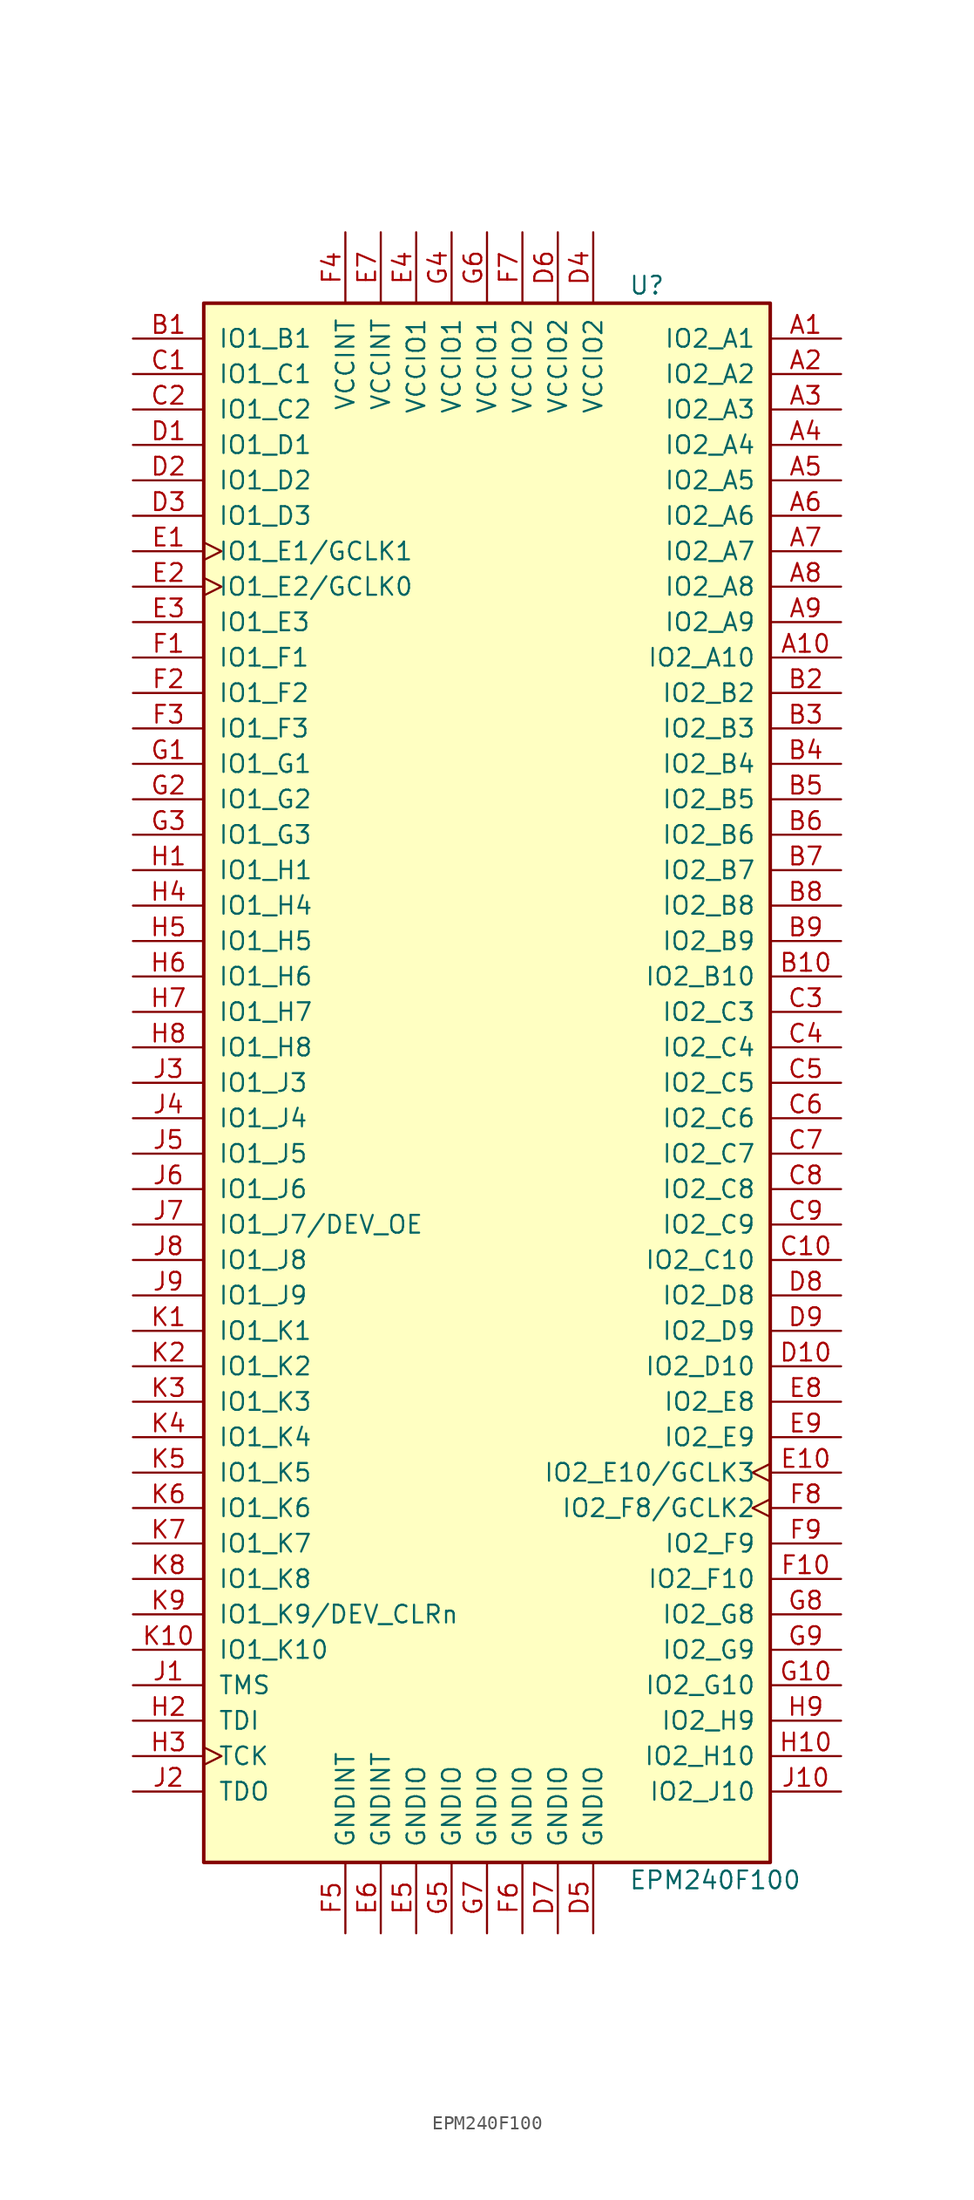
<source format=kicad_sym>
(kicad_symbol_lib
  (version 20201005)
  (generator kicad_symbol_editor)
  (symbol "EPM240F100"
    (pin_names
      (offset 1.016))
    (property "Reference" "U"
      (at 10.16 57.15 0)
      (effects (font (size 1.27 1.27)) (justify left)))
    (property "Value" "EPM240F100"
      (at 10.16 -57.15 0)
      (effects (font (size 1.27 1.27)) (justify left)))
    (property "ki_locked" ""
      (at 0 0 0)
      (effects (font (size 1.27 1.27))))
    (symbol "EPM240F100_1_1"
      (rectangle (start -20.32 55.88) (end 20.32 -55.88) (stroke (width 0.254)) (fill (type background)))
      (pin bidirectional line (at 25.4 53.34 180) (length 5.08) (name "IO2_A1" (effects (font (size 1.27 1.27)))) (number "A1" (effects (font (size 1.27 1.27)))))
      (pin bidirectional line (at 25.4 50.8 180) (length 5.08) (name "IO2_A2" (effects (font (size 1.27 1.27)))) (number "A2" (effects (font (size 1.27 1.27)))))
      (pin bidirectional line (at 25.4 48.26 180) (length 5.08) (name "IO2_A3" (effects (font (size 1.27 1.27)))) (number "A3" (effects (font (size 1.27 1.27)))))
      (pin bidirectional line (at 25.4 45.72 180) (length 5.08) (name "IO2_A4" (effects (font (size 1.27 1.27)))) (number "A4" (effects (font (size 1.27 1.27)))))
      (pin bidirectional line (at 25.4 43.18 180) (length 5.08) (name "IO2_A5" (effects (font (size 1.27 1.27)))) (number "A5" (effects (font (size 1.27 1.27)))))
      (pin bidirectional line (at 25.4 40.64 180) (length 5.08) (name "IO2_A6" (effects (font (size 1.27 1.27)))) (number "A6" (effects (font (size 1.27 1.27)))))
      (pin bidirectional line (at 25.4 38.1 180) (length 5.08) (name "IO2_A7" (effects (font (size 1.27 1.27)))) (number "A7" (effects (font (size 1.27 1.27)))))
      (pin bidirectional line (at 25.4 35.56 180) (length 5.08) (name "IO2_A8" (effects (font (size 1.27 1.27)))) (number "A8" (effects (font (size 1.27 1.27)))))
      (pin bidirectional line (at 25.4 33.02 180) (length 5.08) (name "IO2_A9" (effects (font (size 1.27 1.27)))) (number "A9" (effects (font (size 1.27 1.27)))))
      (pin bidirectional line (at 25.4 30.48 180) (length 5.08) (name "IO2_A10" (effects (font (size 1.27 1.27)))) (number "A10" (effects (font (size 1.27 1.27)))))
      (pin bidirectional line (at -25.4 53.34 0) (length 5.08) (name "IO1_B1" (effects (font (size 1.27 1.27)))) (number "B1" (effects (font (size 1.27 1.27)))))
      (pin bidirectional line (at 25.4 27.94 180) (length 5.08) (name "IO2_B2" (effects (font (size 1.27 1.27)))) (number "B2" (effects (font (size 1.27 1.27)))))
      (pin bidirectional line (at 25.4 25.4 180) (length 5.08) (name "IO2_B3" (effects (font (size 1.27 1.27)))) (number "B3" (effects (font (size 1.27 1.27)))))
      (pin bidirectional line (at 25.4 22.86 180) (length 5.08) (name "IO2_B4" (effects (font (size 1.27 1.27)))) (number "B4" (effects (font (size 1.27 1.27)))))
      (pin bidirectional line (at 25.4 20.32 180) (length 5.08) (name "IO2_B5" (effects (font (size 1.27 1.27)))) (number "B5" (effects (font (size 1.27 1.27)))))
      (pin bidirectional line (at 25.4 17.78 180) (length 5.08) (name "IO2_B6" (effects (font (size 1.27 1.27)))) (number "B6" (effects (font (size 1.27 1.27)))))
      (pin bidirectional line (at 25.4 15.24 180) (length 5.08) (name "IO2_B7" (effects (font (size 1.27 1.27)))) (number "B7" (effects (font (size 1.27 1.27)))))
      (pin bidirectional line (at 25.4 12.7 180) (length 5.08) (name "IO2_B8" (effects (font (size 1.27 1.27)))) (number "B8" (effects (font (size 1.27 1.27)))))
      (pin bidirectional line (at 25.4 10.16 180) (length 5.08) (name "IO2_B9" (effects (font (size 1.27 1.27)))) (number "B9" (effects (font (size 1.27 1.27)))))
      (pin bidirectional line (at 25.4 7.62 180) (length 5.08) (name "IO2_B10" (effects (font (size 1.27 1.27)))) (number "B10" (effects (font (size 1.27 1.27)))))
      (pin bidirectional line (at -25.4 50.8 0) (length 5.08) (name "IO1_C1" (effects (font (size 1.27 1.27)))) (number "C1" (effects (font (size 1.27 1.27)))))
      (pin bidirectional line (at -25.4 48.26 0) (length 5.08) (name "IO1_C2" (effects (font (size 1.27 1.27)))) (number "C2" (effects (font (size 1.27 1.27)))))
      (pin bidirectional line (at 25.4 5.08 180) (length 5.08) (name "IO2_C3" (effects (font (size 1.27 1.27)))) (number "C3" (effects (font (size 1.27 1.27)))))
      (pin bidirectional line (at 25.4 2.54 180) (length 5.08) (name "IO2_C4" (effects (font (size 1.27 1.27)))) (number "C4" (effects (font (size 1.27 1.27)))))
      (pin bidirectional line (at 25.4 0 180) (length 5.08) (name "IO2_C5" (effects (font (size 1.27 1.27)))) (number "C5" (effects (font (size 1.27 1.27)))))
      (pin bidirectional line (at 25.4 -2.54 180) (length 5.08) (name "IO2_C6" (effects (font (size 1.27 1.27)))) (number "C6" (effects (font (size 1.27 1.27)))))
      (pin bidirectional line (at 25.4 -5.08 180) (length 5.08) (name "IO2_C7" (effects (font (size 1.27 1.27)))) (number "C7" (effects (font (size 1.27 1.27)))))
      (pin bidirectional line (at 25.4 -7.62 180) (length 5.08) (name "IO2_C8" (effects (font (size 1.27 1.27)))) (number "C8" (effects (font (size 1.27 1.27)))))
      (pin bidirectional line (at 25.4 -10.16 180) (length 5.08) (name "IO2_C9" (effects (font (size 1.27 1.27)))) (number "C9" (effects (font (size 1.27 1.27)))))
      (pin bidirectional line (at 25.4 -12.7 180) (length 5.08) (name "IO2_C10" (effects (font (size 1.27 1.27)))) (number "C10" (effects (font (size 1.27 1.27)))))
      (pin bidirectional line (at -25.4 45.72 0) (length 5.08) (name "IO1_D1" (effects (font (size 1.27 1.27)))) (number "D1" (effects (font (size 1.27 1.27)))))
      (pin bidirectional line (at -25.4 43.18 0) (length 5.08) (name "IO1_D2" (effects (font (size 1.27 1.27)))) (number "D2" (effects (font (size 1.27 1.27)))))
      (pin bidirectional line (at -25.4 40.64 0) (length 5.08) (name "IO1_D3" (effects (font (size 1.27 1.27)))) (number "D3" (effects (font (size 1.27 1.27)))))
      (pin bidirectional line (at 25.4 -15.24 180) (length 5.08) (name "IO2_D8" (effects (font (size 1.27 1.27)))) (number "D8" (effects (font (size 1.27 1.27)))))
      (pin bidirectional line (at 25.4 -17.78 180) (length 5.08) (name "IO2_D9" (effects (font (size 1.27 1.27)))) (number "D9" (effects (font (size 1.27 1.27)))))
      (pin bidirectional line (at 25.4 -20.32 180) (length 5.08) (name "IO2_D10" (effects (font (size 1.27 1.27)))) (number "D10" (effects (font (size 1.27 1.27)))))
      (pin bidirectional clock (at -25.4 38.1 0) (length 5.08) (name "IO1_E1/GCLK1" (effects (font (size 1.27 1.27)))) (number "E1" (effects (font (size 1.27 1.27)))))
      (pin bidirectional clock (at -25.4 35.56 0) (length 5.08) (name "IO1_E2/GCLK0" (effects (font (size 1.27 1.27)))) (number "E2" (effects (font (size 1.27 1.27)))))
      (pin bidirectional line (at -25.4 33.02 0) (length 5.08) (name "IO1_E3" (effects (font (size 1.27 1.27)))) (number "E3" (effects (font (size 1.27 1.27)))))
      (pin bidirectional line (at 25.4 -22.86 180) (length 5.08) (name "IO2_E8" (effects (font (size 1.27 1.27)))) (number "E8" (effects (font (size 1.27 1.27)))))
      (pin bidirectional line (at 25.4 -25.4 180) (length 5.08) (name "IO2_E9" (effects (font (size 1.27 1.27)))) (number "E9" (effects (font (size 1.27 1.27)))))
      (pin bidirectional clock (at 25.4 -27.94 180) (length 5.08) (name "IO2_E10/GCLK3" (effects (font (size 1.27 1.27)))) (number "E10" (effects (font (size 1.27 1.27)))))
      (pin bidirectional line (at -25.4 30.48 0) (length 5.08) (name "IO1_F1" (effects (font (size 1.27 1.27)))) (number "F1" (effects (font (size 1.27 1.27)))))
      (pin bidirectional line (at -25.4 27.94 0) (length 5.08) (name "IO1_F2" (effects (font (size 1.27 1.27)))) (number "F2" (effects (font (size 1.27 1.27)))))
      (pin bidirectional line (at -25.4 25.4 0) (length 5.08) (name "IO1_F3" (effects (font (size 1.27 1.27)))) (number "F3" (effects (font (size 1.27 1.27)))))
      (pin bidirectional clock (at 25.4 -30.48 180) (length 5.08) (name "IO2_F8/GCLK2" (effects (font (size 1.27 1.27)))) (number "F8" (effects (font (size 1.27 1.27)))))
      (pin bidirectional line (at 25.4 -33.02 180) (length 5.08) (name "IO2_F9" (effects (font (size 1.27 1.27)))) (number "F9" (effects (font (size 1.27 1.27)))))
      (pin bidirectional line (at 25.4 -35.56 180) (length 5.08) (name "IO2_F10" (effects (font (size 1.27 1.27)))) (number "F10" (effects (font (size 1.27 1.27)))))
      (pin bidirectional line (at -25.4 22.86 0) (length 5.08) (name "IO1_G1" (effects (font (size 1.27 1.27)))) (number "G1" (effects (font (size 1.27 1.27)))))
      (pin bidirectional line (at -25.4 20.32 0) (length 5.08) (name "IO1_G2" (effects (font (size 1.27 1.27)))) (number "G2" (effects (font (size 1.27 1.27)))))
      (pin bidirectional line (at -25.4 17.78 0) (length 5.08) (name "IO1_G3" (effects (font (size 1.27 1.27)))) (number "G3" (effects (font (size 1.27 1.27)))))
      (pin bidirectional line (at 25.4 -38.1 180) (length 5.08) (name "IO2_G8" (effects (font (size 1.27 1.27)))) (number "G8" (effects (font (size 1.27 1.27)))))
      (pin bidirectional line (at 25.4 -40.64 180) (length 5.08) (name "IO2_G9" (effects (font (size 1.27 1.27)))) (number "G9" (effects (font (size 1.27 1.27)))))
      (pin bidirectional line (at 25.4 -43.18 180) (length 5.08) (name "IO2_G10" (effects (font (size 1.27 1.27)))) (number "G10" (effects (font (size 1.27 1.27)))))
      (pin bidirectional line (at -25.4 15.24 0) (length 5.08) (name "IO1_H1" (effects (font (size 1.27 1.27)))) (number "H1" (effects (font (size 1.27 1.27)))))
      (pin bidirectional line (at -25.4 12.7 0) (length 5.08) (name "IO1_H4" (effects (font (size 1.27 1.27)))) (number "H4" (effects (font (size 1.27 1.27)))))
      (pin bidirectional line (at -25.4 10.16 0) (length 5.08) (name "IO1_H5" (effects (font (size 1.27 1.27)))) (number "H5" (effects (font (size 1.27 1.27)))))
      (pin bidirectional line (at -25.4 7.62 0) (length 5.08) (name "IO1_H6" (effects (font (size 1.27 1.27)))) (number "H6" (effects (font (size 1.27 1.27)))))
      (pin bidirectional line (at -25.4 5.08 0) (length 5.08) (name "IO1_H7" (effects (font (size 1.27 1.27)))) (number "H7" (effects (font (size 1.27 1.27)))))
      (pin bidirectional line (at -25.4 2.54 0) (length 5.08) (name "IO1_H8" (effects (font (size 1.27 1.27)))) (number "H8" (effects (font (size 1.27 1.27)))))
      (pin bidirectional line (at 25.4 -45.72 180) (length 5.08) (name "IO2_H9" (effects (font (size 1.27 1.27)))) (number "H9" (effects (font (size 1.27 1.27)))))
      (pin bidirectional line (at 25.4 -48.26 180) (length 5.08) (name "IO2_H10" (effects (font (size 1.27 1.27)))) (number "H10" (effects (font (size 1.27 1.27)))))
      (pin bidirectional line (at -25.4 0 0) (length 5.08) (name "IO1_J3" (effects (font (size 1.27 1.27)))) (number "J3" (effects (font (size 1.27 1.27)))))
      (pin bidirectional line (at -25.4 -2.54 0) (length 5.08) (name "IO1_J4" (effects (font (size 1.27 1.27)))) (number "J4" (effects (font (size 1.27 1.27)))))
      (pin bidirectional line (at -25.4 -5.08 0) (length 5.08) (name "IO1_J5" (effects (font (size 1.27 1.27)))) (number "J5" (effects (font (size 1.27 1.27)))))
      (pin bidirectional line (at -25.4 -7.62 0) (length 5.08) (name "IO1_J6" (effects (font (size 1.27 1.27)))) (number "J6" (effects (font (size 1.27 1.27)))))
      (pin bidirectional line (at -25.4 -10.16 0) (length 5.08) (name "IO1_J7/DEV_OE" (effects (font (size 1.27 1.27)))) (number "J7" (effects (font (size 1.27 1.27)))))
      (pin bidirectional line (at -25.4 -12.7 0) (length 5.08) (name "IO1_J8" (effects (font (size 1.27 1.27)))) (number "J8" (effects (font (size 1.27 1.27)))))
      (pin bidirectional line (at -25.4 -15.24 0) (length 5.08) (name "IO1_J9" (effects (font (size 1.27 1.27)))) (number "J9" (effects (font (size 1.27 1.27)))))
      (pin bidirectional line (at 25.4 -50.8 180) (length 5.08) (name "IO2_J10" (effects (font (size 1.27 1.27)))) (number "J10" (effects (font (size 1.27 1.27)))))
      (pin bidirectional line (at -25.4 -17.78 0) (length 5.08) (name "IO1_K1" (effects (font (size 1.27 1.27)))) (number "K1" (effects (font (size 1.27 1.27)))))
      (pin bidirectional line (at -25.4 -20.32 0) (length 5.08) (name "IO1_K2" (effects (font (size 1.27 1.27)))) (number "K2" (effects (font (size 1.27 1.27)))))
      (pin bidirectional line (at -25.4 -22.86 0) (length 5.08) (name "IO1_K3" (effects (font (size 1.27 1.27)))) (number "K3" (effects (font (size 1.27 1.27)))))
      (pin bidirectional line (at -25.4 -25.4 0) (length 5.08) (name "IO1_K4" (effects (font (size 1.27 1.27)))) (number "K4" (effects (font (size 1.27 1.27)))))
      (pin bidirectional line (at -25.4 -27.94 0) (length 5.08) (name "IO1_K5" (effects (font (size 1.27 1.27)))) (number "K5" (effects (font (size 1.27 1.27)))))
      (pin bidirectional line (at -25.4 -30.48 0) (length 5.08) (name "IO1_K6" (effects (font (size 1.27 1.27)))) (number "K6" (effects (font (size 1.27 1.27)))))
      (pin bidirectional line (at -25.4 -33.02 0) (length 5.08) (name "IO1_K7" (effects (font (size 1.27 1.27)))) (number "K7" (effects (font (size 1.27 1.27)))))
      (pin bidirectional line (at -25.4 -35.56 0) (length 5.08) (name "IO1_K8" (effects (font (size 1.27 1.27)))) (number "K8" (effects (font (size 1.27 1.27)))))
      (pin bidirectional line (at -25.4 -38.1 0) (length 5.08) (name "IO1_K9/DEV_CLRn" (effects (font (size 1.27 1.27)))) (number "K9" (effects (font (size 1.27 1.27)))))
      (pin bidirectional line (at -25.4 -40.64 0) (length 5.08) (name "IO1_K10" (effects (font (size 1.27 1.27)))) (number "K10" (effects (font (size 1.27 1.27)))))
      (pin input line (at -25.4 -43.18 0) (length 5.08) (name "TMS" (effects (font (size 1.27 1.27)))) (number "J1" (effects (font (size 1.27 1.27)))))
      (pin input line (at -25.4 -45.72 0) (length 5.08) (name "TDI" (effects (font (size 1.27 1.27)))) (number "H2" (effects (font (size 1.27 1.27)))))
      (pin input clock (at -25.4 -48.26 0) (length 5.08) (name "TCK" (effects (font (size 1.27 1.27)))) (number "H3" (effects (font (size 1.27 1.27)))))
      (pin output line (at -25.4 -50.8 0) (length 5.08) (name "TDO" (effects (font (size 1.27 1.27)))) (number "J2" (effects (font (size 1.27 1.27)))))
      (pin power_in line (at -10.16 -60.96 90) (length 5.08) (name "GNDINT" (effects (font (size 1.27 1.27)))) (number "F5" (effects (font (size 1.27 1.27)))))
      (pin power_in line (at -7.62 -60.96 90) (length 5.08) (name "GNDINT" (effects (font (size 1.27 1.27)))) (number "E6" (effects (font (size 1.27 1.27)))))
      (pin power_in line (at -5.08 -60.96 90) (length 5.08) (name "GNDIO" (effects (font (size 1.27 1.27)))) (number "E5" (effects (font (size 1.27 1.27)))))
      (pin power_in line (at -2.54 -60.96 90) (length 5.08) (name "GNDIO" (effects (font (size 1.27 1.27)))) (number "G5" (effects (font (size 1.27 1.27)))))
      (pin power_in line (at 0 -60.96 90) (length 5.08) (name "GNDIO" (effects (font (size 1.27 1.27)))) (number "G7" (effects (font (size 1.27 1.27)))))
      (pin power_in line (at 2.54 -60.96 90) (length 5.08) (name "GNDIO" (effects (font (size 1.27 1.27)))) (number "F6" (effects (font (size 1.27 1.27)))))
      (pin power_in line (at 5.08 -60.96 90) (length 5.08) (name "GNDIO" (effects (font (size 1.27 1.27)))) (number "D7" (effects (font (size 1.27 1.27)))))
      (pin power_in line (at 7.62 -60.96 90) (length 5.08) (name "GNDIO" (effects (font (size 1.27 1.27)))) (number "D5" (effects (font (size 1.27 1.27)))))
      (pin power_in line (at -10.16 60.96 270) (length 5.08) (name "VCCINT" (effects (font (size 1.27 1.27)))) (number "F4" (effects (font (size 1.27 1.27)))))
      (pin power_in line (at -7.62 60.96 270) (length 5.08) (name "VCCINT" (effects (font (size 1.27 1.27)))) (number "E7" (effects (font (size 1.27 1.27)))))
      (pin power_in line (at -5.08 60.96 270) (length 5.08) (name "VCCIO1" (effects (font (size 1.27 1.27)))) (number "E4" (effects (font (size 1.27 1.27)))))
      (pin power_in line (at -2.54 60.96 270) (length 5.08) (name "VCCIO1" (effects (font (size 1.27 1.27)))) (number "G4" (effects (font (size 1.27 1.27)))))
      (pin power_in line (at 0 60.96 270) (length 5.08) (name "VCCIO1" (effects (font (size 1.27 1.27)))) (number "G6" (effects (font (size 1.27 1.27)))))
      (pin power_in line (at 2.54 60.96 270) (length 5.08) (name "VCCIO2" (effects (font (size 1.27 1.27)))) (number "F7" (effects (font (size 1.27 1.27)))))
      (pin power_in line (at 5.08 60.96 270) (length 5.08) (name "VCCIO2" (effects (font (size 1.27 1.27)))) (number "D6" (effects (font (size 1.27 1.27)))))
      (pin power_in line (at 7.62 60.96 270) (length 5.08) (name "VCCIO2" (effects (font (size 1.27 1.27)))) (number "D4" (effects (font (size 1.27 1.27))))))))
</source>
